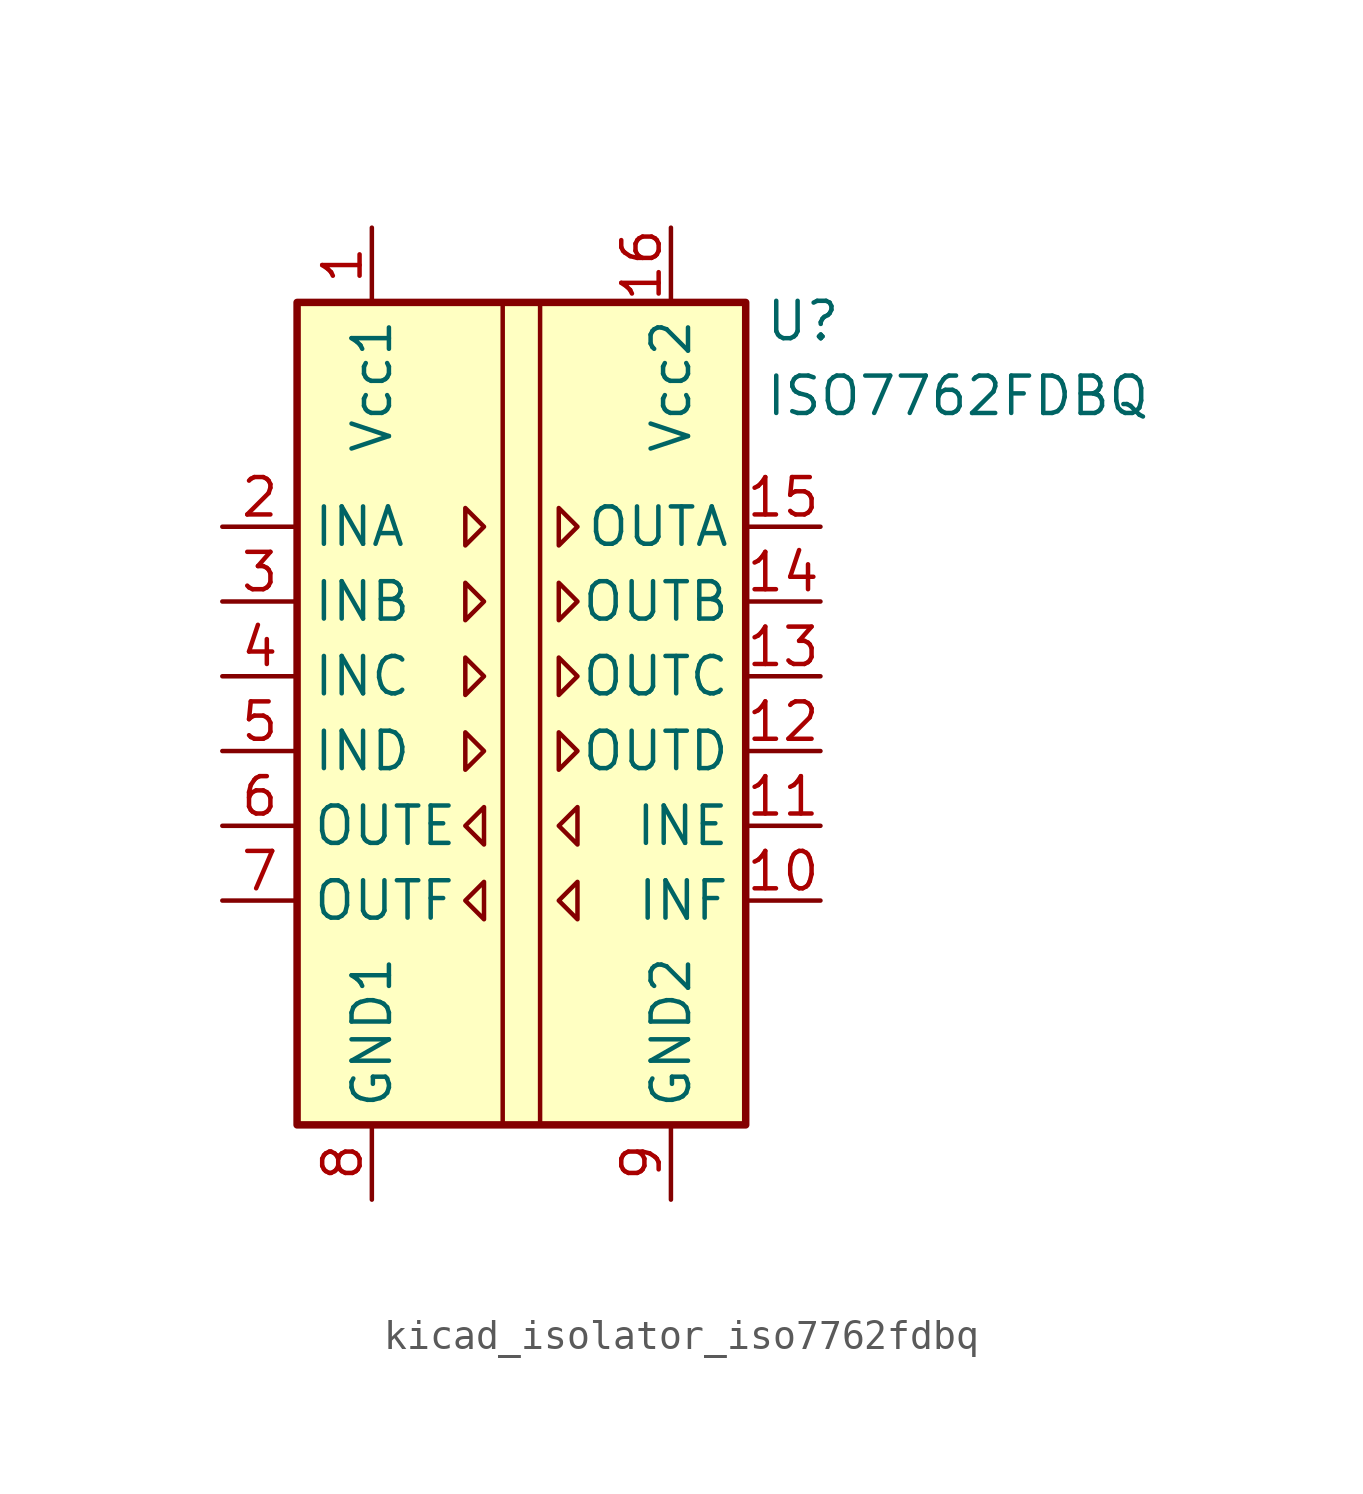
<source format=kicad_sym>
(kicad_symbol_lib
  (version 20220914)
  (generator kicad_symbol_editor)
  (symbol "kicad_isolator_iso7762fdbq"
    (property "Reference" "U"
      (at 8.255 14.605 0)
      (effects (font (size 1.27 1.27)) (justify left)))
    (property "Value" "ISO7762FDBQ"
      (at 8.255 12.065 0)
      (effects (font (size 1.27 1.27)) (justify left)))
    (symbol "kicad_isolator_iso7762fdbq_0_1"
      (rectangle (start -7.62 15.24) (end 7.62 -12.7) (stroke (width 0.254) (type default)) (fill (type background)))
      (polyline (pts (xy -0.635 15.24) (xy -0.635 -12.7)) (stroke (width 0) (type default)) (fill (type none)))
      (polyline (pts (xy 0.635 15.24) (xy 0.635 -12.7)) (stroke (width 0) (type default)) (fill (type none)))
      (polyline (pts (xy -1.905 8.255) (xy -1.27 7.62) (xy -1.905 6.985) (xy -1.905 8.255)) (stroke (width 0) (type default)) (fill (type none)))
      (polyline (pts (xy 1.27 8.255) (xy 1.905 7.62) (xy 1.27 6.985) (xy 1.27 8.255)) (stroke (width 0) (type default)) (fill (type none))))
    (symbol "kicad_isolator_iso7762fdbq_1_1"
      (polyline (pts (xy -1.905 0.635) (xy -1.27 0) (xy -1.905 -0.635) (xy -1.905 0.635)) (stroke (width 0) (type default)) (fill (type none)))
      (polyline (pts (xy -1.905 3.175) (xy -1.27 2.54) (xy -1.905 1.905) (xy -1.905 3.175)) (stroke (width 0) (type default)) (fill (type none)))
      (polyline (pts (xy -1.905 5.715) (xy -1.27 5.08) (xy -1.905 4.445) (xy -1.905 5.715)) (stroke (width 0) (type default)) (fill (type none)))
      (polyline (pts (xy -1.27 -4.445) (xy -1.905 -5.08) (xy -1.27 -5.715) (xy -1.27 -4.445)) (stroke (width 0) (type default)) (fill (type none)))
      (polyline (pts (xy -1.27 -1.905) (xy -1.905 -2.54) (xy -1.27 -3.175) (xy -1.27 -1.905)) (stroke (width 0) (type default)) (fill (type none)))
      (polyline (pts (xy 1.27 0.635) (xy 1.905 0) (xy 1.27 -0.635) (xy 1.27 0.635)) (stroke (width 0) (type default)) (fill (type none)))
      (polyline (pts (xy 1.27 3.175) (xy 1.905 2.54) (xy 1.27 1.905) (xy 1.27 3.175)) (stroke (width 0) (type default)) (fill (type none)))
      (polyline (pts (xy 1.27 5.715) (xy 1.905 5.08) (xy 1.27 4.445) (xy 1.27 5.715)) (stroke (width 0) (type default)) (fill (type none)))
      (polyline (pts (xy 1.905 -4.445) (xy 1.27 -5.08) (xy 1.905 -5.715) (xy 1.905 -4.445)) (stroke (width 0) (type default)) (fill (type none)))
      (polyline (pts (xy 1.905 -1.905) (xy 1.27 -2.54) (xy 1.905 -3.175) (xy 1.905 -1.905)) (stroke (width 0) (type default)) (fill (type none)))
      (pin power_in line (at -5.08 17.78 270) (length 2.54) (name "Vcc1" (effects (font (size 1.27 1.27)))) (number "1" (effects (font (size 1.27 1.27)))))
      (pin input line (at 10.16 -5.08 180) (length 2.54) (name "INF" (effects (font (size 1.27 1.27)))) (number "10" (effects (font (size 1.27 1.27)))))
      (pin input line (at 10.16 -2.54 180) (length 2.54) (name "INE" (effects (font (size 1.27 1.27)))) (number "11" (effects (font (size 1.27 1.27)))))
      (pin output line (at 10.16 0 180) (length 2.54) (name "OUTD" (effects (font (size 1.27 1.27)))) (number "12" (effects (font (size 1.27 1.27)))))
      (pin output line (at 10.16 2.54 180) (length 2.54) (name "OUTC" (effects (font (size 1.27 1.27)))) (number "13" (effects (font (size 1.27 1.27)))))
      (pin output line (at 10.16 5.08 180) (length 2.54) (name "OUTB" (effects (font (size 1.27 1.27)))) (number "14" (effects (font (size 1.27 1.27)))))
      (pin output line (at 10.16 7.62 180) (length 2.54) (name "OUTA" (effects (font (size 1.27 1.27)))) (number "15" (effects (font (size 1.27 1.27)))))
      (pin power_in line (at 5.08 17.78 270) (length 2.54) (name "Vcc2" (effects (font (size 1.27 1.27)))) (number "16" (effects (font (size 1.27 1.27)))))
      (pin input line (at -10.16 7.62 0) (length 2.54) (name "INA" (effects (font (size 1.27 1.27)))) (number "2" (effects (font (size 1.27 1.27)))))
      (pin input line (at -10.16 5.08 0) (length 2.54) (name "INB" (effects (font (size 1.27 1.27)))) (number "3" (effects (font (size 1.27 1.27)))))
      (pin input line (at -10.16 2.54 0) (length 2.54) (name "INC" (effects (font (size 1.27 1.27)))) (number "4" (effects (font (size 1.27 1.27)))))
      (pin input line (at -10.16 0 0) (length 2.54) (name "IND" (effects (font (size 1.27 1.27)))) (number "5" (effects (font (size 1.27 1.27)))))
      (pin output line (at -10.16 -2.54 0) (length 2.54) (name "OUTE" (effects (font (size 1.27 1.27)))) (number "6" (effects (font (size 1.27 1.27)))))
      (pin output line (at -10.16 -5.08 0) (length 2.54) (name "OUTF" (effects (font (size 1.27 1.27)))) (number "7" (effects (font (size 1.27 1.27)))))
      (pin power_in line (at -5.08 -15.24 90) (length 2.54) (name "GND1" (effects (font (size 1.27 1.27)))) (number "8" (effects (font (size 1.27 1.27)))))
      (pin power_in line (at 5.08 -15.24 90) (length 2.54) (name "GND2" (effects (font (size 1.27 1.27)))) (number "9" (effects (font (size 1.27 1.27))))))))
</source>
